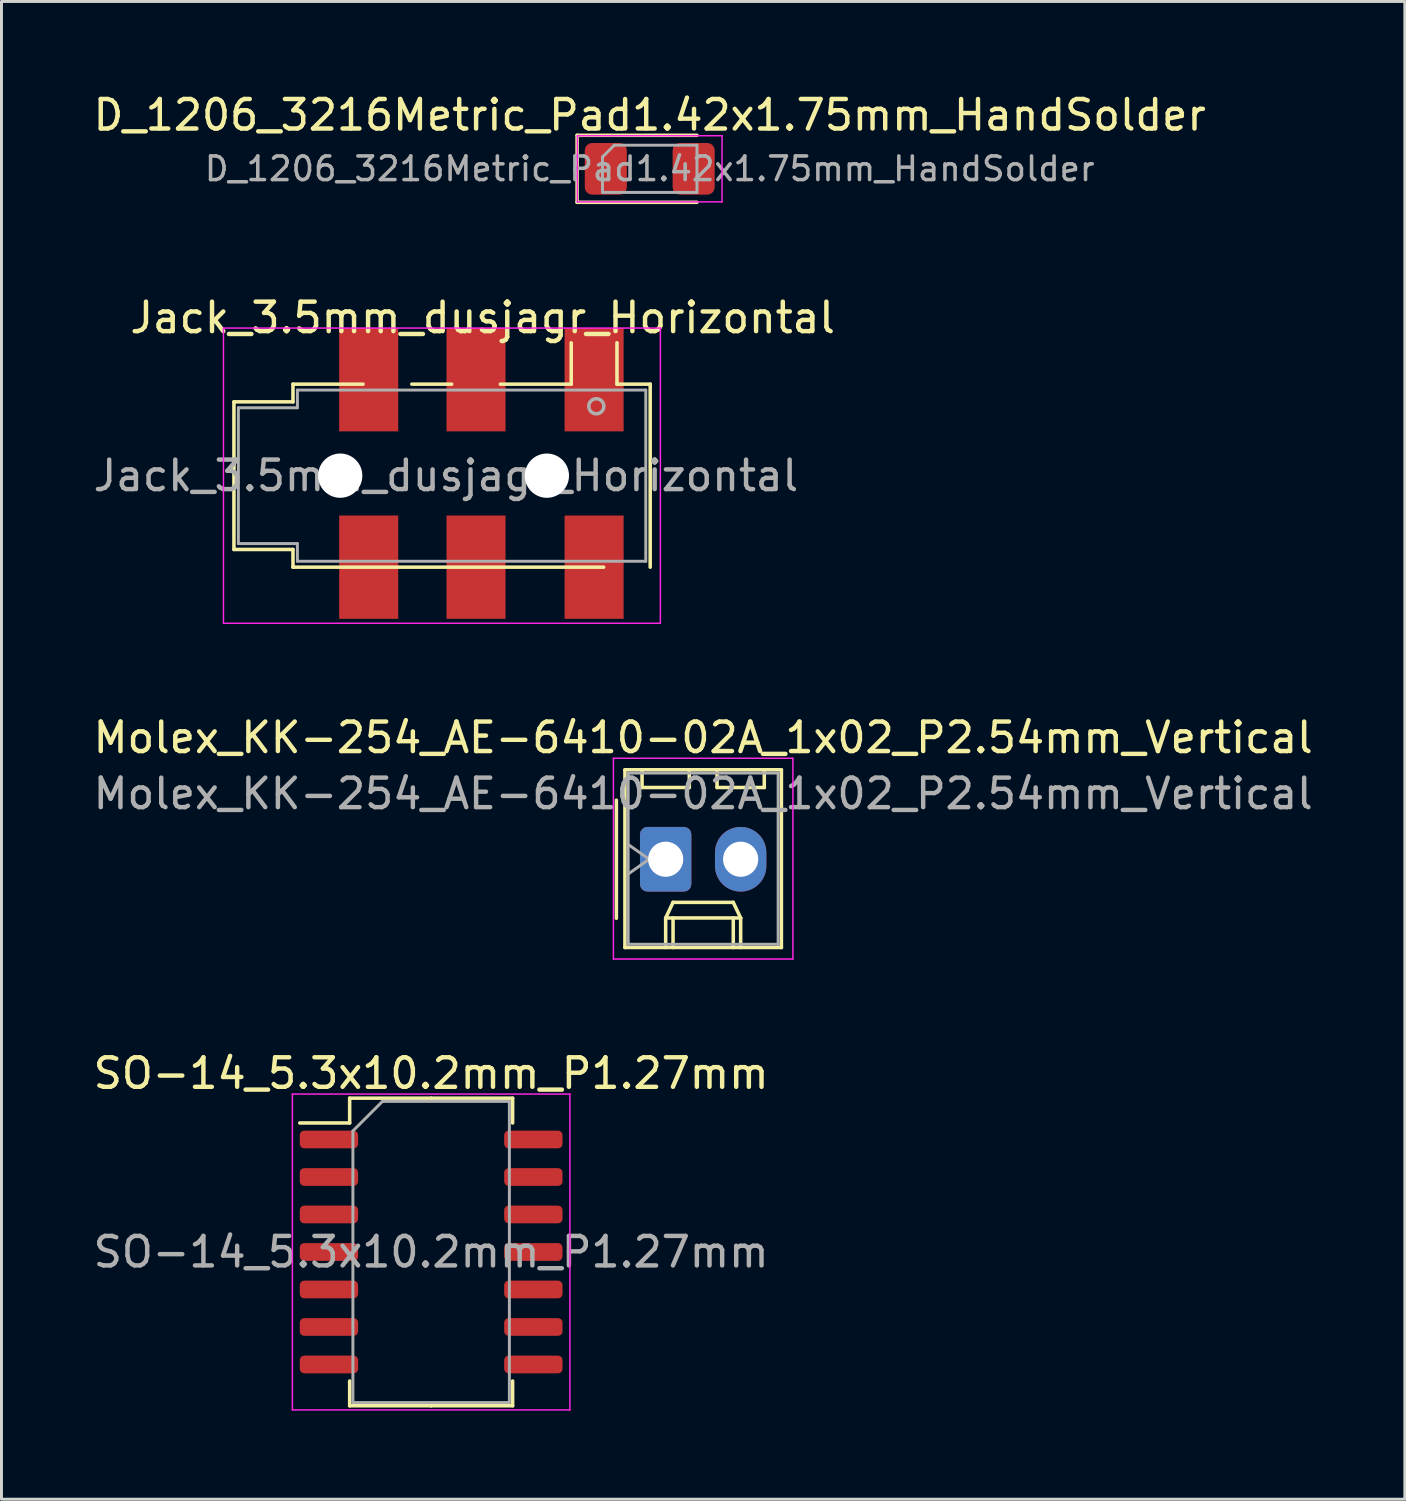
<source format=kicad_pcb>
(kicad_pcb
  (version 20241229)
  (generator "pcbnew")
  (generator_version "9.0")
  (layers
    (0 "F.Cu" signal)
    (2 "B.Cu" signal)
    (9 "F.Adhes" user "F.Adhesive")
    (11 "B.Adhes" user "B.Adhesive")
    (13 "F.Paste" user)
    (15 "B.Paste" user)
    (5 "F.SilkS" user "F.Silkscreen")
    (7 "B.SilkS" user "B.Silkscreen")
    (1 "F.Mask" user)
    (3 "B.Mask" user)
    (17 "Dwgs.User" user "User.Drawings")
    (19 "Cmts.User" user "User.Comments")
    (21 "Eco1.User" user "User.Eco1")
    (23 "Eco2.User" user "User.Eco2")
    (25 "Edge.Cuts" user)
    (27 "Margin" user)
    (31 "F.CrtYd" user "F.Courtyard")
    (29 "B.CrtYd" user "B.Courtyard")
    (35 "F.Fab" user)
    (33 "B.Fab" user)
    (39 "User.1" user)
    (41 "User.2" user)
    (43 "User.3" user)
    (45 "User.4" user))
  (footprint "Molex_KK-254_AE-6410-02A_1x02_P2.54mm_Vertical"
    (layer "F.Cu")
    (at 19.498 26.055)
    (property "Reference" "Molex_KK-254_AE-6410-02A_1x02_P2.54mm_Vertical" (at 1.27 -4.12 180) (layer "F.SilkS") (effects (font (size 1 1) (thickness 0.15))))
    (attr through_hole)
    (fp_line (start -1.67 -2) (end -1.67 2) (stroke (width 0.12) (type solid)) (layer "F.SilkS"))
    (fp_line (start -1.38 -3.03) (end -1.38 2.99) (stroke (width 0.12) (type solid)) (layer "F.SilkS"))
    (fp_line (start -1.38 2.99) (end 3.92 2.99) (stroke (width 0.12) (type solid)) (layer "F.SilkS"))
    (fp_line (start -0.8 -3.03) (end -0.8 -2.43) (stroke (width 0.12) (type solid)) (layer "F.SilkS"))
    (fp_line (start -0.8 -2.43) (end 0.8 -2.43) (stroke (width 0.12) (type solid)) (layer "F.SilkS"))
    (fp_line (start 0 1.99) (end 0.25 1.46) (stroke (width 0.12) (type solid)) (layer "F.SilkS"))
    (fp_line (start 0 1.99) (end 2.54 1.99) (stroke (width 0.12) (type solid)) (layer "F.SilkS"))
    (fp_line (start 0 2.99) (end 0 1.99) (stroke (width 0.12) (type solid)) (layer "F.SilkS"))
    (fp_line (start 0.25 1.46) (end 2.29 1.46) (stroke (width 0.12) (type solid)) (layer "F.SilkS"))
    (fp_line (start 0.25 2.99) (end 0.25 1.99) (stroke (width 0.12) (type solid)) (layer "F.SilkS"))
    (fp_line (start 0.8 -2.43) (end 0.8 -3.03) (stroke (width 0.12) (type solid)) (layer "F.SilkS"))
    (fp_line (start 1.74 -3.03) (end 1.74 -2.43) (stroke (width 0.12) (type solid)) (layer "F.SilkS"))
    (fp_line (start 1.74 -2.43) (end 3.34 -2.43) (stroke (width 0.12) (type solid)) (layer "F.SilkS"))
    (fp_line (start 2.29 1.46) (end 2.54 1.99) (stroke (width 0.12) (type solid)) (layer "F.SilkS"))
    (fp_line (start 2.29 2.99) (end 2.29 1.99) (stroke (width 0.12) (type solid)) (layer "F.SilkS"))
    (fp_line (start 2.54 1.99) (end 2.54 2.99) (stroke (width 0.12) (type solid)) (layer "F.SilkS"))
    (fp_line (start 3.34 -2.43) (end 3.34 -3.03) (stroke (width 0.12) (type solid)) (layer "F.SilkS"))
    (fp_line (start 3.92 -3.03) (end -1.38 -3.03) (stroke (width 0.12) (type solid)) (layer "F.SilkS"))
    (fp_line (start 3.92 2.99) (end 3.92 -3.03) (stroke (width 0.12) (type solid)) (layer "F.SilkS"))
    (fp_line (start -1.77 -3.42) (end -1.77 3.38) (stroke (width 0.05) (type solid)) (layer "F.CrtYd"))
    (fp_line (start -1.77 3.38) (end 4.31 3.38) (stroke (width 0.05) (type solid)) (layer "F.CrtYd"))
    (fp_line (start 4.31 -3.42) (end -1.77 -3.42) (stroke (width 0.05) (type solid)) (layer "F.CrtYd"))
    (fp_line (start 4.31 3.38) (end 4.31 -3.42) (stroke (width 0.05) (type solid)) (layer "F.CrtYd"))
    (fp_line (start -1.27 -2.92) (end -1.27 2.88) (stroke (width 0.1) (type solid)) (layer "F.Fab"))
    (fp_line (start -1.27 -0.5) (end -0.563 0) (stroke (width 0.1) (type solid)) (layer "F.Fab"))
    (fp_line (start -1.27 2.88) (end 3.81 2.88) (stroke (width 0.1) (type solid)) (layer "F.Fab"))
    (fp_line (start -0.563 0) (end -1.27 0.5) (stroke (width 0.1) (type solid)) (layer "F.Fab"))
    (fp_line (start 3.81 -2.92) (end -1.27 -2.92) (stroke (width 0.1) (type solid)) (layer "F.Fab"))
    (fp_line (start 3.81 2.88) (end 3.81 -2.92) (stroke (width 0.1) (type solid)) (layer "F.Fab"))
    (fp_text user "${REFERENCE}" (at 1.27 -2.22 180) (layer "F.Fab") (effects (font (size 1 1) (thickness 0.15))))
    (pad "1" thru_hole roundrect (at 0 0) (size 1.74 2.19) (drill 1.19) (layers "*.Cu" "*.Mask") (roundrect_rratio 0.144))
    (pad "2" thru_hole oval (at 2.54 0) (size 1.74 2.19) (drill 1.19) (layers "*.Cu" "*.Mask")))
  (footprint "Jack_3.5mm_dusjagr_Horizontal"
    (layer "F.Cu")
    (at 13.249 13.062)
    (property "Reference" "Jack_3.5mm_dusjagr_Horizontal" (at 0.05 -5.35 0) (layer "F.SilkS") (effects (font (size 1 1) (thickness 0.15))))
    (attr smd)
    (fp_line (start -8.375 -2.5) (end -8.375 2.5) (stroke (width 0.12) (type solid)) (layer "F.SilkS"))
    (fp_line (start -6.375 -3.1) (end -6.375 -2.5) (stroke (width 0.12) (type solid)) (layer "F.SilkS"))
    (fp_line (start -6.375 -3.1) (end -4 -3.1) (stroke (width 0.12) (type solid)) (layer "F.SilkS"))
    (fp_line (start -6.375 -2.5) (end -8.375 -2.5) (stroke (width 0.12) (type solid)) (layer "F.SilkS"))
    (fp_line (start -6.375 2.5) (end -8.375 2.5) (stroke (width 0.12) (type solid)) (layer "F.SilkS"))
    (fp_line (start -6.375 2.5) (end -6.375 3.1) (stroke (width 0.12) (type solid)) (layer "F.SilkS"))
    (fp_line (start -2.35 -3.1) (end -1 -3.1) (stroke (width 0.12) (type solid)) (layer "F.SilkS"))
    (fp_line (start 0.65 -3.1) (end 3.05 -3.1) (stroke (width 0.12) (type solid)) (layer "F.SilkS"))
    (fp_line (start 3.05 -3.1) (end 3.05 -4.5) (stroke (width 0.12) (type solid)) (layer "F.SilkS"))
    (fp_line (start 4.15 3.1) (end -6.375 3.1) (stroke (width 0.12) (type solid)) (layer "F.SilkS"))
    (fp_line (start 4.6 -3.1) (end 4.6 -4.5) (stroke (width 0.12) (type solid)) (layer "F.SilkS"))
    (fp_line (start 4.6 -3.1) (end 5.725 -3.1) (stroke (width 0.12) (type solid)) (layer "F.SilkS"))
    (fp_line (start 5.725 3.1) (end 5.725 -3.1) (stroke (width 0.12) (type solid)) (layer "F.SilkS"))
    (fp_line (start -8.73 -5) (end 6.07 -5) (stroke (width 0.05) (type solid)) (layer "F.CrtYd"))
    (fp_line (start -8.73 5) (end -8.73 -5) (stroke (width 0.05) (type solid)) (layer "F.CrtYd"))
    (fp_line (start -8.73 5) (end 6.07 5) (stroke (width 0.05) (type solid)) (layer "F.CrtYd"))
    (fp_line (start 6.07 5) (end 6.07 -5) (stroke (width 0.05) (type solid)) (layer "F.CrtYd"))
    (fp_line (start -8.225 -2.3) (end -6.225 -2.3) (stroke (width 0.1) (type solid)) (layer "F.Fab"))
    (fp_line (start -8.225 2.3) (end -8.225 -2.3) (stroke (width 0.1) (type solid)) (layer "F.Fab"))
    (fp_line (start -6.225 -2.9) (end 5.575 -2.9) (stroke (width 0.1) (type solid)) (layer "F.Fab"))
    (fp_line (start -6.225 -2.3) (end -6.225 -2.9) (stroke (width 0.1) (type solid)) (layer "F.Fab"))
    (fp_line (start -6.225 2.3) (end -8.225 2.3) (stroke (width 0.1) (type solid)) (layer "F.Fab"))
    (fp_line (start -6.225 2.9) (end -6.225 2.3) (stroke (width 0.1) (type solid)) (layer "F.Fab"))
    (fp_line (start 5.575 -2.9) (end 5.575 2.9) (stroke (width 0.1) (type solid)) (layer "F.Fab"))
    (fp_line (start 5.575 2.9) (end -6.225 2.9) (stroke (width 0.1) (type solid)) (layer "F.Fab"))
    (fp_circle (center 3.9 -2.35) (end 3.95 -2.1) (stroke (width 0.12) (type solid)) (fill no) (layer "F.Fab"))
    (fp_text user "${REFERENCE}" (at -1.195 0 0) (layer "F.Fab") (effects (font (size 1 1) (thickness 0.15))))
    (pad "" np_thru_hole circle (at -4.775 0) (size 1.5 1.5) (drill 1.5) (layers "*.Cu" "*.Mask"))
    (pad "" np_thru_hole circle (at 2.225 0) (size 1.5 1.5) (drill 1.5) (layers "*.Cu" "*.Mask"))
    (pad "R" smd rect (at -0.175 -3.25) (size 2 3.5) (layers "F.Cu" "F.Mask" "F.Paste"))
    (pad "R" smd rect (at -0.175 3.1) (size 2 3.5) (layers "F.Cu" "F.Mask" "F.Paste"))
    (pad "S" smd rect (at -3.81 -3.25) (size 2 3.5) (layers "F.Cu" "F.Mask" "F.Paste"))
    (pad "S" smd rect (at -3.81 3.1) (size 2 3.5) (layers "F.Cu" "F.Mask" "F.Paste"))
    (pad "T" smd rect (at 3.825 -3.25) (size 2 3.5) (layers "F.Cu" "F.Mask" "F.Paste"))
    (pad "T" smd rect (at 3.825 3.1) (size 2 3.5) (layers "F.Cu" "F.Mask" "F.Paste")))
  (footprint "D_1206_3216Metric_Pad1.42x1.75mm_HandSolder"
    (layer "F.Cu")
    (at 18.958 2.668)
    (property "Reference" "D_1206_3216Metric_Pad1.42x1.75mm_HandSolder" (at 0 -1.82 0) (layer "F.SilkS") (effects (font (size 1 1) (thickness 0.15))))
    (attr smd)
    (fp_line (start -2.46 -1.135) (end -2.46 1.135) (stroke (width 0.12) (type solid)) (layer "F.SilkS"))
    (fp_line (start -2.46 1.135) (end 1.6 1.135) (stroke (width 0.12) (type solid)) (layer "F.SilkS"))
    (fp_line (start 1.6 -1.135) (end -2.46 -1.135) (stroke (width 0.12) (type solid)) (layer "F.SilkS"))
    (fp_line (start -2.45 -1.12) (end 2.45 -1.12) (stroke (width 0.05) (type solid)) (layer "F.CrtYd"))
    (fp_line (start -2.45 1.12) (end -2.45 -1.12) (stroke (width 0.05) (type solid)) (layer "F.CrtYd"))
    (fp_line (start 2.45 -1.12) (end 2.45 1.12) (stroke (width 0.05) (type solid)) (layer "F.CrtYd"))
    (fp_line (start 2.45 1.12) (end -2.45 1.12) (stroke (width 0.05) (type solid)) (layer "F.CrtYd"))
    (fp_line (start -1.6 -0.4) (end -1.6 0.8) (stroke (width 0.1) (type solid)) (layer "F.Fab"))
    (fp_line (start -1.6 0.8) (end 1.6 0.8) (stroke (width 0.1) (type solid)) (layer "F.Fab"))
    (fp_line (start -1.2 -0.8) (end -1.6 -0.4) (stroke (width 0.1) (type solid)) (layer "F.Fab"))
    (fp_line (start 1.6 -0.8) (end -1.2 -0.8) (stroke (width 0.1) (type solid)) (layer "F.Fab"))
    (fp_line (start 1.6 0.8) (end 1.6 -0.8) (stroke (width 0.1) (type solid)) (layer "F.Fab"))
    (fp_text user "${REFERENCE}" (at 0 0 0) (layer "F.Fab") (effects (font (size 0.8 0.8) (thickness 0.12))))
    (pad "1" smd roundrect (at -1.488 0) (size 1.425 1.75) (layers "F.Cu" "F.Mask" "F.Paste") (roundrect_rratio 0.175))
    (pad "2" smd roundrect (at 1.488 0) (size 1.425 1.75) (layers "F.Cu" "F.Mask" "F.Paste") (roundrect_rratio 0.175)))
  (footprint "SO-14_5.3x10.2mm_P1.27mm"
    (layer "F.Cu")
    (at 11.554 39.358)
    (property "Reference" "SO-14_5.3x10.2mm_P1.27mm" (at 0 -6.05 180) (layer "F.SilkS") (effects (font (size 1 1) (thickness 0.15))))
    (attr smd)
    (fp_line (start -2.76 -5.21) (end -2.76 -4.37) (stroke (width 0.12) (type solid)) (layer "F.SilkS"))
    (fp_line (start -2.76 -4.37) (end -4.45 -4.37) (stroke (width 0.12) (type solid)) (layer "F.SilkS"))
    (fp_line (start -2.76 5.21) (end -2.76 4.37) (stroke (width 0.12) (type solid)) (layer "F.SilkS"))
    (fp_line (start 0 -5.21) (end -2.76 -5.21) (stroke (width 0.12) (type solid)) (layer "F.SilkS"))
    (fp_line (start 0 -5.21) (end 2.76 -5.21) (stroke (width 0.12) (type solid)) (layer "F.SilkS"))
    (fp_line (start 0 5.21) (end -2.76 5.21) (stroke (width 0.12) (type solid)) (layer "F.SilkS"))
    (fp_line (start 0 5.21) (end 2.76 5.21) (stroke (width 0.12) (type solid)) (layer "F.SilkS"))
    (fp_line (start 2.76 -5.21) (end 2.76 -4.37) (stroke (width 0.12) (type solid)) (layer "F.SilkS"))
    (fp_line (start 2.76 5.21) (end 2.76 4.37) (stroke (width 0.12) (type solid)) (layer "F.SilkS"))
    (fp_line (start -4.7 -5.35) (end -4.7 5.35) (stroke (width 0.05) (type solid)) (layer "F.CrtYd"))
    (fp_line (start -4.7 5.35) (end 4.7 5.35) (stroke (width 0.05) (type solid)) (layer "F.CrtYd"))
    (fp_line (start 4.7 -5.35) (end -4.7 -5.35) (stroke (width 0.05) (type solid)) (layer "F.CrtYd"))
    (fp_line (start 4.7 5.35) (end 4.7 -5.35) (stroke (width 0.05) (type solid)) (layer "F.CrtYd"))
    (fp_line (start -2.65 -4.1) (end -1.65 -5.1) (stroke (width 0.1) (type solid)) (layer "F.Fab"))
    (fp_line (start -2.65 5.1) (end -2.65 -4.1) (stroke (width 0.1) (type solid)) (layer "F.Fab"))
    (fp_line (start -1.65 -5.1) (end 2.65 -5.1) (stroke (width 0.1) (type solid)) (layer "F.Fab"))
    (fp_line (start 2.65 -5.1) (end 2.65 5.1) (stroke (width 0.1) (type solid)) (layer "F.Fab"))
    (fp_line (start 2.65 5.1) (end -2.65 5.1) (stroke (width 0.1) (type solid)) (layer "F.Fab"))
    (fp_text user "${REFERENCE}" (at 0 0 180) (layer "F.Fab") (effects (font (size 1 1) (thickness 0.15))))
    (pad "1" smd roundrect (at -3.462 -3.81) (size 1.975 0.6) (layers "F.Cu" "F.Mask" "F.Paste") (roundrect_rratio 0.25))
    (pad "2" smd roundrect (at -3.462 -2.54) (size 1.975 0.6) (layers "F.Cu" "F.Mask" "F.Paste") (roundrect_rratio 0.25))
    (pad "3" smd roundrect (at -3.462 -1.27) (size 1.975 0.6) (layers "F.Cu" "F.Mask" "F.Paste") (roundrect_rratio 0.25))
    (pad "4" smd roundrect (at -3.462 0) (size 1.975 0.6) (layers "F.Cu" "F.Mask" "F.Paste") (roundrect_rratio 0.25))
    (pad "5" smd roundrect (at -3.462 1.27) (size 1.975 0.6) (layers "F.Cu" "F.Mask" "F.Paste") (roundrect_rratio 0.25))
    (pad "6" smd roundrect (at -3.462 2.54) (size 1.975 0.6) (layers "F.Cu" "F.Mask" "F.Paste") (roundrect_rratio 0.25))
    (pad "7" smd roundrect (at -3.462 3.81) (size 1.975 0.6) (layers "F.Cu" "F.Mask" "F.Paste") (roundrect_rratio 0.25))
    (pad "8" smd roundrect (at 3.462 3.81) (size 1.975 0.6) (layers "F.Cu" "F.Mask" "F.Paste") (roundrect_rratio 0.25))
    (pad "9" smd roundrect (at 3.462 2.54) (size 1.975 0.6) (layers "F.Cu" "F.Mask" "F.Paste") (roundrect_rratio 0.25))
    (pad "10" smd roundrect (at 3.462 1.27) (size 1.975 0.6) (layers "F.Cu" "F.Mask" "F.Paste") (roundrect_rratio 0.25))
    (pad "11" smd roundrect (at 3.462 0) (size 1.975 0.6) (layers "F.Cu" "F.Mask" "F.Paste") (roundrect_rratio 0.25))
    (pad "12" smd roundrect (at 3.462 -1.27) (size 1.975 0.6) (layers "F.Cu" "F.Mask" "F.Paste") (roundrect_rratio 0.25))
    (pad "13" smd roundrect (at 3.462 -2.54) (size 1.975 0.6) (layers "F.Cu" "F.Mask" "F.Paste") (roundrect_rratio 0.25))
    (pad "14" smd roundrect (at 3.462 -3.81) (size 1.975 0.6) (layers "F.Cu" "F.Mask" "F.Paste") (roundrect_rratio 0.25)))
  (gr_rect
    (start -3 -3)
    (end 44.536 47.733)
    (stroke (width 0.1) (type default))
    (fill no)
    (layer "Edge.Cuts")))
</source>
